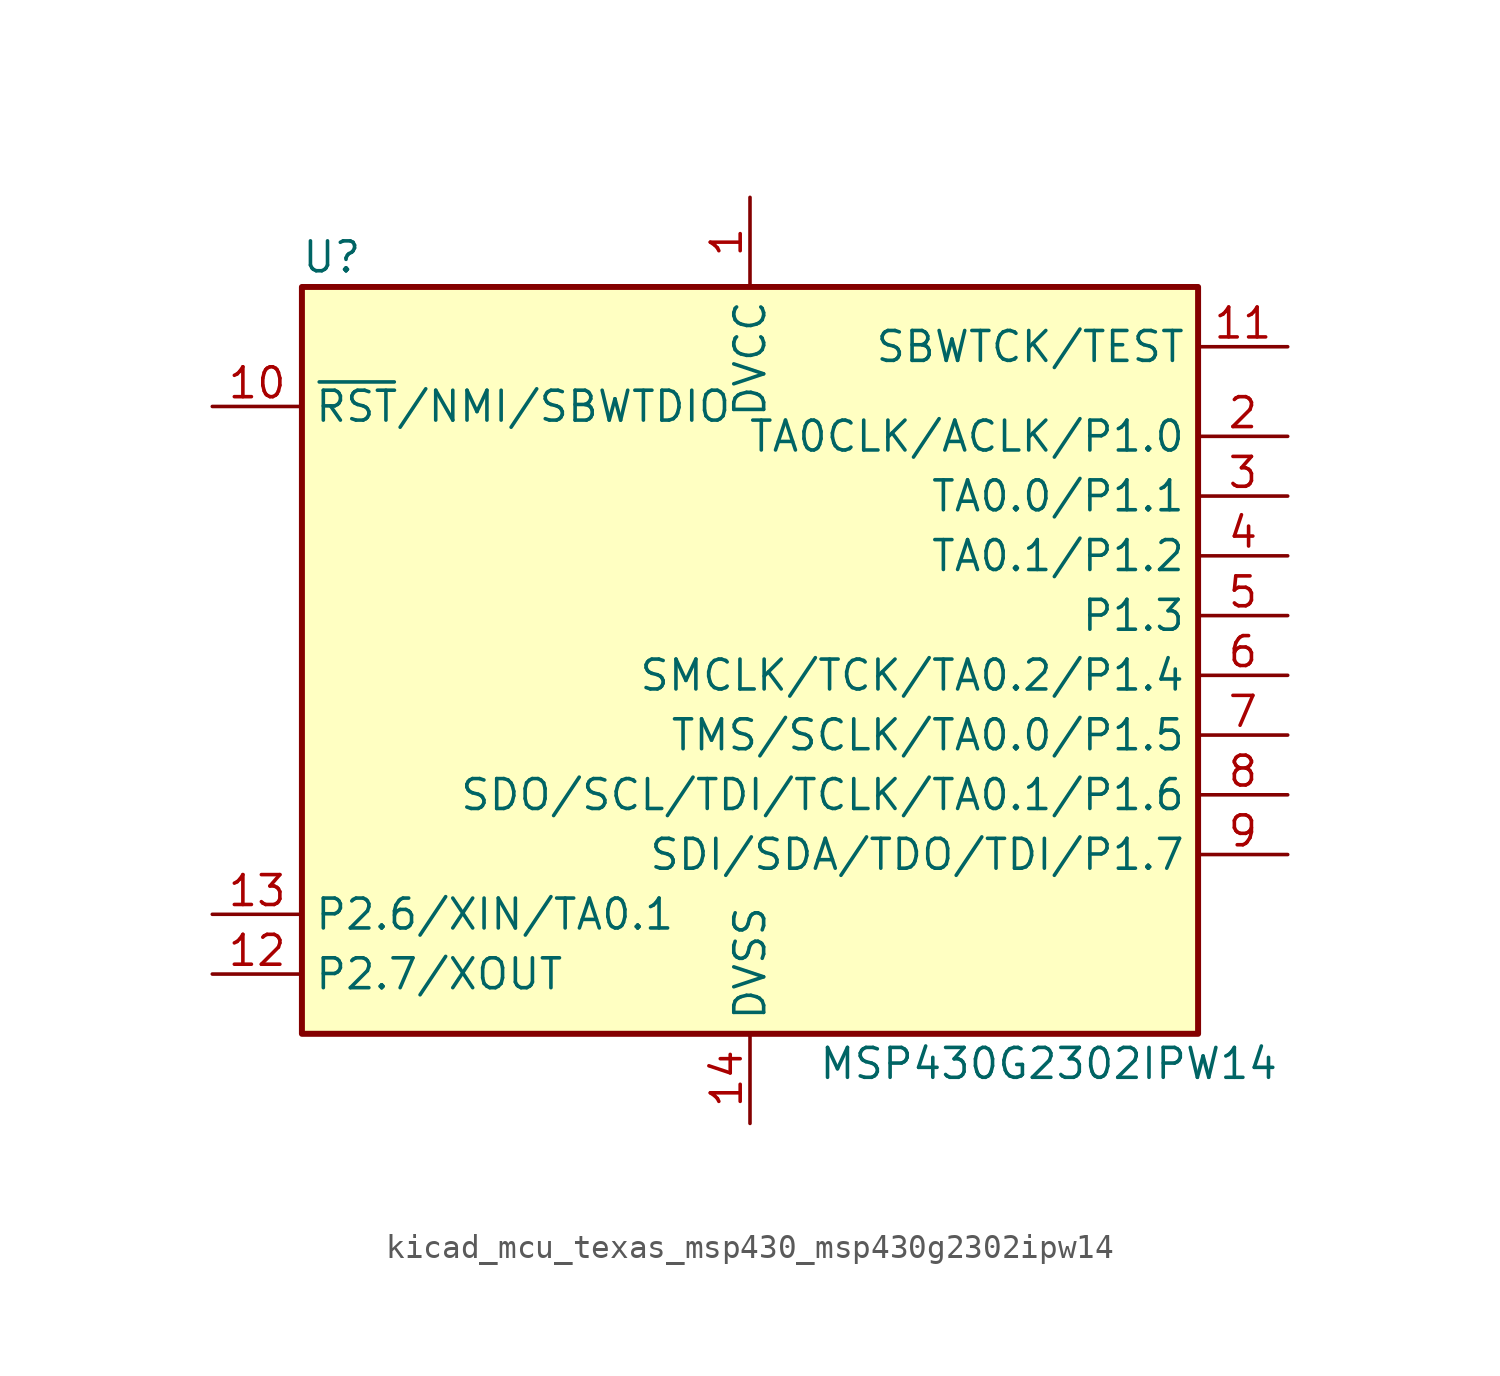
<source format=kicad_sym>
(kicad_symbol_lib
  (version 20220914)
  (generator kicad_symbol_editor)
  (symbol "kicad_mcu_texas_msp430_msp430g2302ipw14"
    (property "Reference" "U"
      (at -17.78 17.78 0)
      (effects (font (size 1.27 1.27))))
    (property "Value" "MSP430G2302IPW14"
      (at 12.7 -16.51 0)
      (effects (font (size 1.27 1.27))))
    (symbol "kicad_mcu_texas_msp430_msp430g2302ipw14_0_1"
      (rectangle (start -19.05 16.51) (end 19.05 -15.24) (stroke (width 0.254) (type default)) (fill (type background))))
    (symbol "kicad_mcu_texas_msp430_msp430g2302ipw14_1_1"
      (pin power_in line (at 0 20.32 270) (length 3.81) (name "DVCC" (effects (font (size 1.27 1.27)))) (number "1" (effects (font (size 1.27 1.27)))))
      (pin input line (at -22.86 11.43 0) (length 3.81) (name "~{RST}/NMI/SBWTDIO" (effects (font (size 1.27 1.27)))) (number "10" (effects (font (size 1.27 1.27)))))
      (pin input line (at 22.86 13.97 180) (length 3.81) (name "SBWTCK/TEST" (effects (font (size 1.27 1.27)))) (number "11" (effects (font (size 1.27 1.27)))))
      (pin bidirectional line (at -22.86 -12.7 0) (length 3.81) (name "P2.7/XOUT" (effects (font (size 1.27 1.27)))) (number "12" (effects (font (size 1.27 1.27)))))
      (pin bidirectional line (at -22.86 -10.16 0) (length 3.81) (name "P2.6/XIN/TA0.1" (effects (font (size 1.27 1.27)))) (number "13" (effects (font (size 1.27 1.27)))))
      (pin power_in line (at 0 -19.05 90) (length 3.81) (name "DVSS" (effects (font (size 1.27 1.27)))) (number "14" (effects (font (size 1.27 1.27)))))
      (pin bidirectional line (at 22.86 10.16 180) (length 3.81) (name "TA0CLK/ACLK/P1.0" (effects (font (size 1.27 1.27)))) (number "2" (effects (font (size 1.27 1.27)))))
      (pin bidirectional line (at 22.86 7.62 180) (length 3.81) (name "TA0.0/P1.1" (effects (font (size 1.27 1.27)))) (number "3" (effects (font (size 1.27 1.27)))))
      (pin bidirectional line (at 22.86 5.08 180) (length 3.81) (name "TA0.1/P1.2" (effects (font (size 1.27 1.27)))) (number "4" (effects (font (size 1.27 1.27)))))
      (pin bidirectional line (at 22.86 2.54 180) (length 3.81) (name "P1.3" (effects (font (size 1.27 1.27)))) (number "5" (effects (font (size 1.27 1.27)))))
      (pin bidirectional line (at 22.86 0 180) (length 3.81) (name "SMCLK/TCK/TA0.2/P1.4" (effects (font (size 1.27 1.27)))) (number "6" (effects (font (size 1.27 1.27)))))
      (pin bidirectional line (at 22.86 -2.54 180) (length 3.81) (name "TMS/SCLK/TA0.0/P1.5" (effects (font (size 1.27 1.27)))) (number "7" (effects (font (size 1.27 1.27)))))
      (pin bidirectional line (at 22.86 -5.08 180) (length 3.81) (name "SDO/SCL/TDI/TCLK/TA0.1/P1.6" (effects (font (size 1.27 1.27)))) (number "8" (effects (font (size 1.27 1.27)))))
      (pin bidirectional line (at 22.86 -7.62 180) (length 3.81) (name "SDI/SDA/TDO/TDI/P1.7" (effects (font (size 1.27 1.27)))) (number "9" (effects (font (size 1.27 1.27))))))))
</source>
